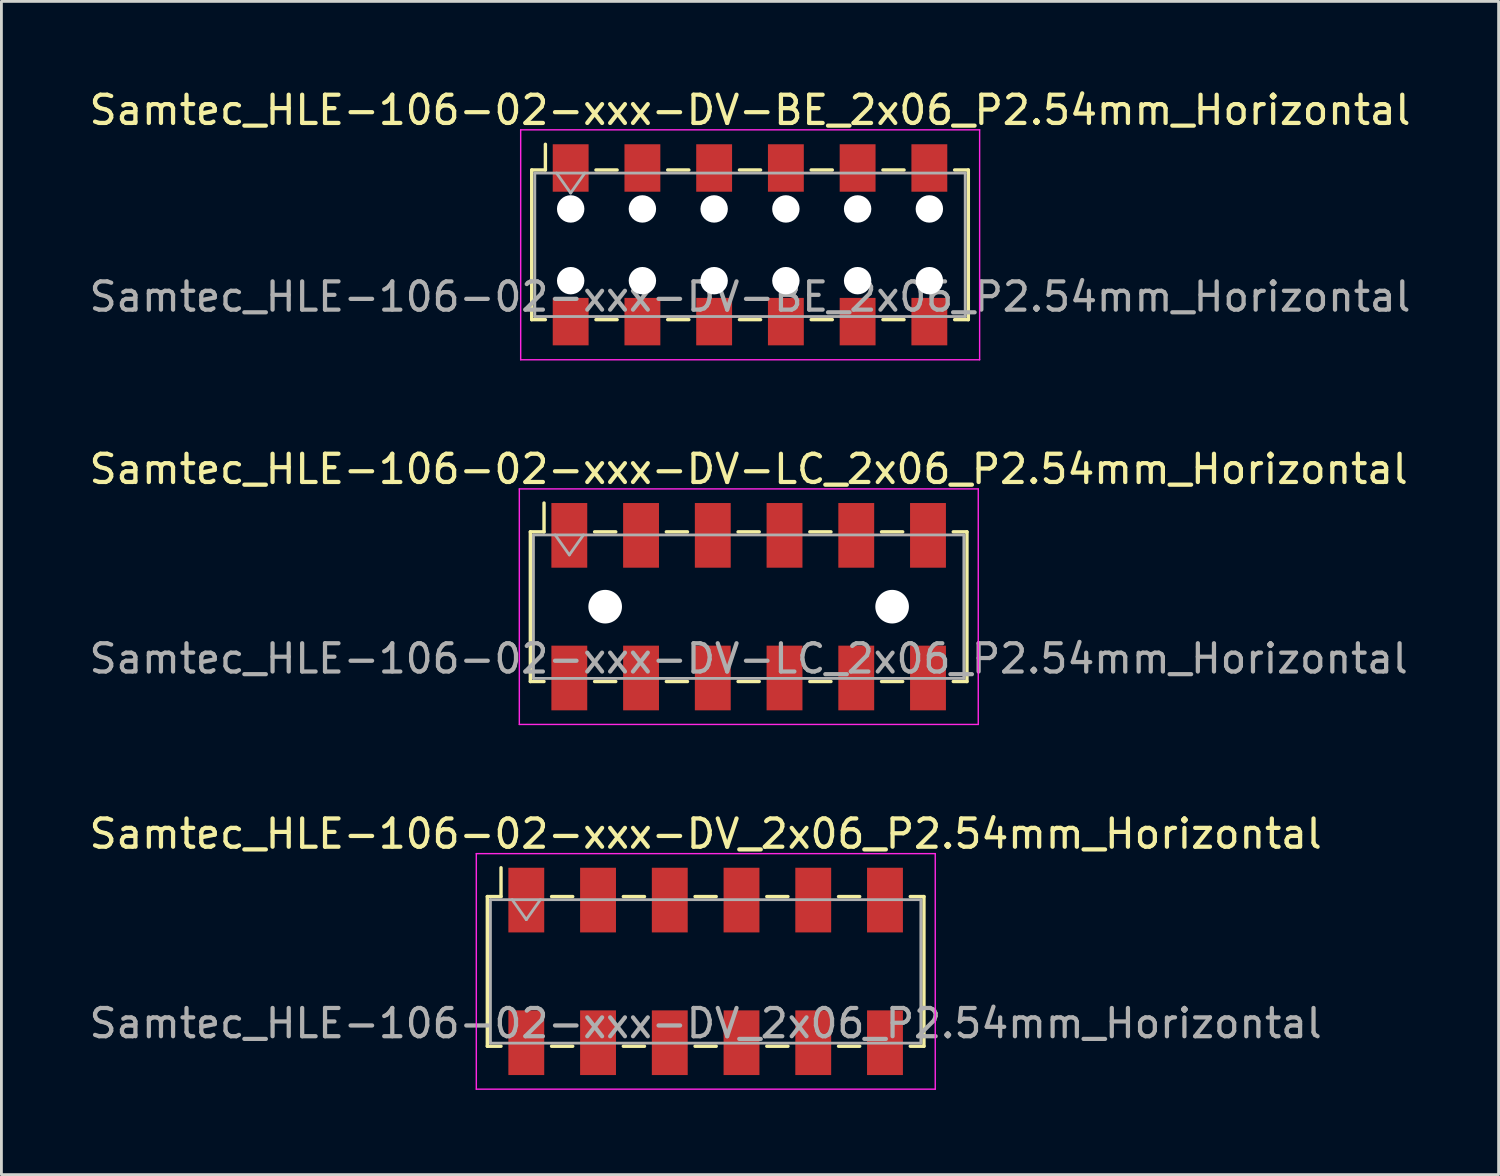
<source format=kicad_pcb>
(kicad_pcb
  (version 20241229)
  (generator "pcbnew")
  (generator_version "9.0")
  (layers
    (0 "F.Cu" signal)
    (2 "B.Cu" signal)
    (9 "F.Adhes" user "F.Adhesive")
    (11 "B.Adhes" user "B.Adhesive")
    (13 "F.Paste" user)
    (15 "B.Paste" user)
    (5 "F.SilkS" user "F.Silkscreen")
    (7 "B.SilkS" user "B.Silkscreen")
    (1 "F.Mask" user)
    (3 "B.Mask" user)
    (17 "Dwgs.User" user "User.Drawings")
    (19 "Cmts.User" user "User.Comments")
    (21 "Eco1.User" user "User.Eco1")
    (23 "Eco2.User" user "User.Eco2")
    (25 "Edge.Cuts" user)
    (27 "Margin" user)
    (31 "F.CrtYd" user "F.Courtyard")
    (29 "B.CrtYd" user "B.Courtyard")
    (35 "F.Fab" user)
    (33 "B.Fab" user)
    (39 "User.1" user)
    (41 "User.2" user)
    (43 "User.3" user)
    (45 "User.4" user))
  (footprint "Samtec_HLE-106-02-xxx-DV_2x06_P2.54mm_Horizontal"
    (layer "F.Cu")
    (at 21.935 31.345)
    (property "Reference" "Samtec_HLE-106-02-xxx-DV_2x06_P2.54mm_Horizontal" (at 0 -4.87 0) (layer "F.SilkS") (effects (font (size 1 1) (thickness 0.15))))
    (attr smd)
    (fp_line (start -7.73 -2.65) (end -7.73 2.65) (stroke (width 0.12) (type solid)) (layer "F.SilkS"))
    (fp_line (start -7.73 2.65) (end -7.245 2.65) (stroke (width 0.12) (type solid)) (layer "F.SilkS"))
    (fp_line (start -7.245 -3.67) (end -7.245 -2.65) (stroke (width 0.12) (type solid)) (layer "F.SilkS"))
    (fp_line (start -7.245 -2.65) (end -7.73 -2.65) (stroke (width 0.12) (type solid)) (layer "F.SilkS"))
    (fp_line (start -5.455 -2.65) (end -4.705 -2.65) (stroke (width 0.12) (type solid)) (layer "F.SilkS"))
    (fp_line (start -5.455 2.65) (end -4.705 2.65) (stroke (width 0.12) (type solid)) (layer "F.SilkS"))
    (fp_line (start -2.915 -2.65) (end -2.165 -2.65) (stroke (width 0.12) (type solid)) (layer "F.SilkS"))
    (fp_line (start -2.915 2.65) (end -2.165 2.65) (stroke (width 0.12) (type solid)) (layer "F.SilkS"))
    (fp_line (start -0.375 -2.65) (end 0.375 -2.65) (stroke (width 0.12) (type solid)) (layer "F.SilkS"))
    (fp_line (start -0.375 2.65) (end 0.375 2.65) (stroke (width 0.12) (type solid)) (layer "F.SilkS"))
    (fp_line (start 2.165 -2.65) (end 2.915 -2.65) (stroke (width 0.12) (type solid)) (layer "F.SilkS"))
    (fp_line (start 2.165 2.65) (end 2.915 2.65) (stroke (width 0.12) (type solid)) (layer "F.SilkS"))
    (fp_line (start 4.705 -2.65) (end 5.455 -2.65) (stroke (width 0.12) (type solid)) (layer "F.SilkS"))
    (fp_line (start 4.705 2.65) (end 5.455 2.65) (stroke (width 0.12) (type solid)) (layer "F.SilkS"))
    (fp_line (start 7.245 -2.65) (end 7.73 -2.65) (stroke (width 0.12) (type solid)) (layer "F.SilkS"))
    (fp_line (start 7.73 -2.65) (end 7.73 2.65) (stroke (width 0.12) (type solid)) (layer "F.SilkS"))
    (fp_line (start 7.73 2.65) (end 7.245 2.65) (stroke (width 0.12) (type solid)) (layer "F.SilkS"))
    (fp_line (start -8.12 -4.17) (end 8.13 -4.17) (stroke (width 0.05) (type solid)) (layer "F.CrtYd"))
    (fp_line (start -8.12 4.17) (end -8.12 -4.17) (stroke (width 0.05) (type solid)) (layer "F.CrtYd"))
    (fp_line (start 8.13 -4.17) (end 8.13 4.17) (stroke (width 0.05) (type solid)) (layer "F.CrtYd"))
    (fp_line (start 8.13 4.17) (end -8.12 4.17) (stroke (width 0.05) (type solid)) (layer "F.CrtYd"))
    (fp_line (start -7.62 -2.54) (end 7.62 -2.54) (stroke (width 0.1) (type solid)) (layer "F.Fab"))
    (fp_line (start -7.62 2.54) (end -7.62 -2.54) (stroke (width 0.1) (type solid)) (layer "F.Fab"))
    (fp_line (start -6.85 -2.54) (end -6.35 -1.833) (stroke (width 0.1) (type solid)) (layer "F.Fab"))
    (fp_line (start -6.35 -1.833) (end -5.85 -2.54) (stroke (width 0.1) (type solid)) (layer "F.Fab"))
    (fp_line (start 7.62 -2.54) (end 7.62 2.54) (stroke (width 0.1) (type solid)) (layer "F.Fab"))
    (fp_line (start 7.62 2.54) (end -7.62 2.54) (stroke (width 0.1) (type solid)) (layer "F.Fab"))
    (fp_text user "${REFERENCE}" (at 0 1.84 0) (layer "F.Fab") (effects (font (size 1 1) (thickness 0.15))))
    (pad "1" smd rect (at -6.35 -2.525) (size 1.27 2.29) (layers "F.Cu" "F.Mask" "F.Paste"))
    (pad "2" smd rect (at -6.35 2.525) (size 1.27 2.29) (layers "F.Cu" "F.Mask" "F.Paste"))
    (pad "3" smd rect (at -3.81 -2.525) (size 1.27 2.29) (layers "F.Cu" "F.Mask" "F.Paste"))
    (pad "4" smd rect (at -3.81 2.525) (size 1.27 2.29) (layers "F.Cu" "F.Mask" "F.Paste"))
    (pad "5" smd rect (at -1.27 -2.525) (size 1.27 2.29) (layers "F.Cu" "F.Mask" "F.Paste"))
    (pad "6" smd rect (at -1.27 2.525) (size 1.27 2.29) (layers "F.Cu" "F.Mask" "F.Paste"))
    (pad "7" smd rect (at 1.27 -2.525) (size 1.27 2.29) (layers "F.Cu" "F.Mask" "F.Paste"))
    (pad "8" smd rect (at 1.27 2.525) (size 1.27 2.29) (layers "F.Cu" "F.Mask" "F.Paste"))
    (pad "9" smd rect (at 3.81 -2.525) (size 1.27 2.29) (layers "F.Cu" "F.Mask" "F.Paste"))
    (pad "10" smd rect (at 3.81 2.525) (size 1.27 2.29) (layers "F.Cu" "F.Mask" "F.Paste"))
    (pad "11" smd rect (at 6.35 -2.525) (size 1.27 2.29) (layers "F.Cu" "F.Mask" "F.Paste"))
    (pad "12" smd rect (at 6.35 2.525) (size 1.27 2.29) (layers "F.Cu" "F.Mask" "F.Paste")))
  (footprint "Samtec_HLE-106-02-xxx-DV-LC_2x06_P2.54mm_Horizontal"
    (layer "F.Cu")
    (at 23.458 18.431)
    (property "Reference" "Samtec_HLE-106-02-xxx-DV-LC_2x06_P2.54mm_Horizontal" (at 0 -4.87 0) (layer "F.SilkS") (effects (font (size 1 1) (thickness 0.15))))
    (attr smd)
    (fp_line (start -7.73 -2.65) (end -7.73 2.65) (stroke (width 0.12) (type solid)) (layer "F.SilkS"))
    (fp_line (start -7.73 2.65) (end -7.245 2.65) (stroke (width 0.12) (type solid)) (layer "F.SilkS"))
    (fp_line (start -7.245 -3.67) (end -7.245 -2.65) (stroke (width 0.12) (type solid)) (layer "F.SilkS"))
    (fp_line (start -7.245 -2.65) (end -7.73 -2.65) (stroke (width 0.12) (type solid)) (layer "F.SilkS"))
    (fp_line (start -5.455 -2.65) (end -4.705 -2.65) (stroke (width 0.12) (type solid)) (layer "F.SilkS"))
    (fp_line (start -5.455 2.65) (end -4.705 2.65) (stroke (width 0.12) (type solid)) (layer "F.SilkS"))
    (fp_line (start -2.915 -2.65) (end -2.165 -2.65) (stroke (width 0.12) (type solid)) (layer "F.SilkS"))
    (fp_line (start -2.915 2.65) (end -2.165 2.65) (stroke (width 0.12) (type solid)) (layer "F.SilkS"))
    (fp_line (start -0.375 -2.65) (end 0.375 -2.65) (stroke (width 0.12) (type solid)) (layer "F.SilkS"))
    (fp_line (start -0.375 2.65) (end 0.375 2.65) (stroke (width 0.12) (type solid)) (layer "F.SilkS"))
    (fp_line (start 2.165 -2.65) (end 2.915 -2.65) (stroke (width 0.12) (type solid)) (layer "F.SilkS"))
    (fp_line (start 2.165 2.65) (end 2.915 2.65) (stroke (width 0.12) (type solid)) (layer "F.SilkS"))
    (fp_line (start 4.705 -2.65) (end 5.455 -2.65) (stroke (width 0.12) (type solid)) (layer "F.SilkS"))
    (fp_line (start 4.705 2.65) (end 5.455 2.65) (stroke (width 0.12) (type solid)) (layer "F.SilkS"))
    (fp_line (start 7.245 -2.65) (end 7.73 -2.65) (stroke (width 0.12) (type solid)) (layer "F.SilkS"))
    (fp_line (start 7.73 -2.65) (end 7.73 2.65) (stroke (width 0.12) (type solid)) (layer "F.SilkS"))
    (fp_line (start 7.73 2.65) (end 7.245 2.65) (stroke (width 0.12) (type solid)) (layer "F.SilkS"))
    (fp_line (start -8.12 -4.17) (end 8.13 -4.17) (stroke (width 0.05) (type solid)) (layer "F.CrtYd"))
    (fp_line (start -8.12 4.17) (end -8.12 -4.17) (stroke (width 0.05) (type solid)) (layer "F.CrtYd"))
    (fp_line (start 8.13 -4.17) (end 8.13 4.17) (stroke (width 0.05) (type solid)) (layer "F.CrtYd"))
    (fp_line (start 8.13 4.17) (end -8.12 4.17) (stroke (width 0.05) (type solid)) (layer "F.CrtYd"))
    (fp_line (start -7.62 -2.54) (end 7.62 -2.54) (stroke (width 0.1) (type solid)) (layer "F.Fab"))
    (fp_line (start -7.62 2.54) (end -7.62 -2.54) (stroke (width 0.1) (type solid)) (layer "F.Fab"))
    (fp_line (start -6.85 -2.54) (end -6.35 -1.833) (stroke (width 0.1) (type solid)) (layer "F.Fab"))
    (fp_line (start -6.35 -1.833) (end -5.85 -2.54) (stroke (width 0.1) (type solid)) (layer "F.Fab"))
    (fp_line (start 7.62 -2.54) (end 7.62 2.54) (stroke (width 0.1) (type solid)) (layer "F.Fab"))
    (fp_line (start 7.62 2.54) (end -7.62 2.54) (stroke (width 0.1) (type solid)) (layer "F.Fab"))
    (fp_text user "${REFERENCE}" (at 0 1.84 0) (layer "F.Fab") (effects (font (size 1 1) (thickness 0.15))))
    (pad "" np_thru_hole circle (at -5.08 0) (size 1.19 1.19) (drill 1.19) (layers "*.Cu" "*.Mask"))
    (pad "" np_thru_hole circle (at 5.08 0) (size 1.19 1.19) (drill 1.19) (layers "*.Cu" "*.Mask"))
    (pad "1" smd rect (at -6.35 -2.525) (size 1.27 2.29) (layers "F.Cu" "F.Mask" "F.Paste"))
    (pad "2" smd rect (at -6.35 2.525) (size 1.27 2.29) (layers "F.Cu" "F.Mask" "F.Paste"))
    (pad "3" smd rect (at -3.81 -2.525) (size 1.27 2.29) (layers "F.Cu" "F.Mask" "F.Paste"))
    (pad "4" smd rect (at -3.81 2.525) (size 1.27 2.29) (layers "F.Cu" "F.Mask" "F.Paste"))
    (pad "5" smd rect (at -1.27 -2.525) (size 1.27 2.29) (layers "F.Cu" "F.Mask" "F.Paste"))
    (pad "6" smd rect (at -1.27 2.525) (size 1.27 2.29) (layers "F.Cu" "F.Mask" "F.Paste"))
    (pad "7" smd rect (at 1.27 -2.525) (size 1.27 2.29) (layers "F.Cu" "F.Mask" "F.Paste"))
    (pad "8" smd rect (at 1.27 2.525) (size 1.27 2.29) (layers "F.Cu" "F.Mask" "F.Paste"))
    (pad "9" smd rect (at 3.81 -2.525) (size 1.27 2.29) (layers "F.Cu" "F.Mask" "F.Paste"))
    (pad "10" smd rect (at 3.81 2.525) (size 1.27 2.29) (layers "F.Cu" "F.Mask" "F.Paste"))
    (pad "11" smd rect (at 6.35 -2.525) (size 1.27 2.29) (layers "F.Cu" "F.Mask" "F.Paste"))
    (pad "12" smd rect (at 6.35 2.525) (size 1.27 2.29) (layers "F.Cu" "F.Mask" "F.Paste")))
  (footprint "Samtec_HLE-106-02-xxx-DV-BE_2x06_P2.54mm_Horizontal"
    (layer "F.Cu")
    (at 23.506 5.618)
    (property "Reference" "Samtec_HLE-106-02-xxx-DV-BE_2x06_P2.54mm_Horizontal" (at 0 -4.77 0) (layer "F.SilkS") (effects (font (size 1 1) (thickness 0.15))))
    (attr smd)
    (fp_line (start -7.73 -2.65) (end -7.73 2.65) (stroke (width 0.12) (type solid)) (layer "F.SilkS"))
    (fp_line (start -7.73 2.65) (end -7.245 2.65) (stroke (width 0.12) (type solid)) (layer "F.SilkS"))
    (fp_line (start -7.245 -3.56) (end -7.245 -2.65) (stroke (width 0.12) (type solid)) (layer "F.SilkS"))
    (fp_line (start -7.245 -2.65) (end -7.73 -2.65) (stroke (width 0.12) (type solid)) (layer "F.SilkS"))
    (fp_line (start -5.455 -2.65) (end -4.705 -2.65) (stroke (width 0.12) (type solid)) (layer "F.SilkS"))
    (fp_line (start -5.455 2.65) (end -4.705 2.65) (stroke (width 0.12) (type solid)) (layer "F.SilkS"))
    (fp_line (start -2.915 -2.65) (end -2.165 -2.65) (stroke (width 0.12) (type solid)) (layer "F.SilkS"))
    (fp_line (start -2.915 2.65) (end -2.165 2.65) (stroke (width 0.12) (type solid)) (layer "F.SilkS"))
    (fp_line (start -0.375 -2.65) (end 0.375 -2.65) (stroke (width 0.12) (type solid)) (layer "F.SilkS"))
    (fp_line (start -0.375 2.65) (end 0.375 2.65) (stroke (width 0.12) (type solid)) (layer "F.SilkS"))
    (fp_line (start 2.165 -2.65) (end 2.915 -2.65) (stroke (width 0.12) (type solid)) (layer "F.SilkS"))
    (fp_line (start 2.165 2.65) (end 2.915 2.65) (stroke (width 0.12) (type solid)) (layer "F.SilkS"))
    (fp_line (start 4.705 -2.65) (end 5.455 -2.65) (stroke (width 0.12) (type solid)) (layer "F.SilkS"))
    (fp_line (start 4.705 2.65) (end 5.455 2.65) (stroke (width 0.12) (type solid)) (layer "F.SilkS"))
    (fp_line (start 7.245 -2.65) (end 7.73 -2.65) (stroke (width 0.12) (type solid)) (layer "F.SilkS"))
    (fp_line (start 7.73 -2.65) (end 7.73 2.65) (stroke (width 0.12) (type solid)) (layer "F.SilkS"))
    (fp_line (start 7.73 2.65) (end 7.245 2.65) (stroke (width 0.12) (type solid)) (layer "F.SilkS"))
    (fp_line (start -8.12 -4.07) (end 8.13 -4.07) (stroke (width 0.05) (type solid)) (layer "F.CrtYd"))
    (fp_line (start -8.12 4.07) (end -8.12 -4.07) (stroke (width 0.05) (type solid)) (layer "F.CrtYd"))
    (fp_line (start 8.13 -4.07) (end 8.13 4.07) (stroke (width 0.05) (type solid)) (layer "F.CrtYd"))
    (fp_line (start 8.13 4.07) (end -8.12 4.07) (stroke (width 0.05) (type solid)) (layer "F.CrtYd"))
    (fp_line (start -7.62 -2.54) (end 7.62 -2.54) (stroke (width 0.1) (type solid)) (layer "F.Fab"))
    (fp_line (start -7.62 2.54) (end -7.62 -2.54) (stroke (width 0.1) (type solid)) (layer "F.Fab"))
    (fp_line (start -6.85 -2.54) (end -6.35 -1.833) (stroke (width 0.1) (type solid)) (layer "F.Fab"))
    (fp_line (start -6.35 -1.833) (end -5.85 -2.54) (stroke (width 0.1) (type solid)) (layer "F.Fab"))
    (fp_line (start 7.62 -2.54) (end 7.62 2.54) (stroke (width 0.1) (type solid)) (layer "F.Fab"))
    (fp_line (start 7.62 2.54) (end -7.62 2.54) (stroke (width 0.1) (type solid)) (layer "F.Fab"))
    (fp_text user "${REFERENCE}" (at 0 1.84 0) (layer "F.Fab") (effects (font (size 1 1) (thickness 0.15))))
    (pad "" np_thru_hole circle (at -6.35 -1.27) (size 0.97 0.97) (drill 0.97) (layers "*.Cu" "*.Mask"))
    (pad "" np_thru_hole circle (at -6.35 1.27) (size 0.97 0.97) (drill 0.97) (layers "*.Cu" "*.Mask"))
    (pad "" np_thru_hole circle (at -3.81 -1.27) (size 0.97 0.97) (drill 0.97) (layers "*.Cu" "*.Mask"))
    (pad "" np_thru_hole circle (at -3.81 1.27) (size 0.97 0.97) (drill 0.97) (layers "*.Cu" "*.Mask"))
    (pad "" np_thru_hole circle (at -1.27 -1.27) (size 0.97 0.97) (drill 0.97) (layers "*.Cu" "*.Mask"))
    (pad "" np_thru_hole circle (at -1.27 1.27) (size 0.97 0.97) (drill 0.97) (layers "*.Cu" "*.Mask"))
    (pad "" np_thru_hole circle (at 1.27 -1.27) (size 0.97 0.97) (drill 0.97) (layers "*.Cu" "*.Mask"))
    (pad "" np_thru_hole circle (at 1.27 1.27) (size 0.97 0.97) (drill 0.97) (layers "*.Cu" "*.Mask"))
    (pad "" np_thru_hole circle (at 3.81 -1.27) (size 0.97 0.97) (drill 0.97) (layers "*.Cu" "*.Mask"))
    (pad "" np_thru_hole circle (at 3.81 1.27) (size 0.97 0.97) (drill 0.97) (layers "*.Cu" "*.Mask"))
    (pad "" np_thru_hole circle (at 6.35 -1.27) (size 0.97 0.97) (drill 0.97) (layers "*.Cu" "*.Mask"))
    (pad "" np_thru_hole circle (at 6.35 1.27) (size 0.97 0.97) (drill 0.97) (layers "*.Cu" "*.Mask"))
    (pad "1" smd rect (at -6.35 -2.72) (size 1.27 1.68) (layers "F.Cu" "F.Mask" "F.Paste"))
    (pad "2" smd rect (at -6.35 2.72) (size 1.27 1.68) (layers "F.Cu" "F.Mask" "F.Paste"))
    (pad "3" smd rect (at -3.81 -2.72) (size 1.27 1.68) (layers "F.Cu" "F.Mask" "F.Paste"))
    (pad "4" smd rect (at -3.81 2.72) (size 1.27 1.68) (layers "F.Cu" "F.Mask" "F.Paste"))
    (pad "5" smd rect (at -1.27 -2.72) (size 1.27 1.68) (layers "F.Cu" "F.Mask" "F.Paste"))
    (pad "6" smd rect (at -1.27 2.72) (size 1.27 1.68) (layers "F.Cu" "F.Mask" "F.Paste"))
    (pad "7" smd rect (at 1.27 -2.72) (size 1.27 1.68) (layers "F.Cu" "F.Mask" "F.Paste"))
    (pad "8" smd rect (at 1.27 2.72) (size 1.27 1.68) (layers "F.Cu" "F.Mask" "F.Paste"))
    (pad "9" smd rect (at 3.81 -2.72) (size 1.27 1.68) (layers "F.Cu" "F.Mask" "F.Paste"))
    (pad "10" smd rect (at 3.81 2.72) (size 1.27 1.68) (layers "F.Cu" "F.Mask" "F.Paste"))
    (pad "11" smd rect (at 6.35 -2.72) (size 1.27 1.68) (layers "F.Cu" "F.Mask" "F.Paste"))
    (pad "12" smd rect (at 6.35 2.72) (size 1.27 1.68) (layers "F.Cu" "F.Mask" "F.Paste")))
  (gr_rect
    (start -3 -3)
    (end 50.012 38.54)
    (stroke (width 0.1) (type default))
    (fill no)
    (layer "Edge.Cuts")))
</source>
